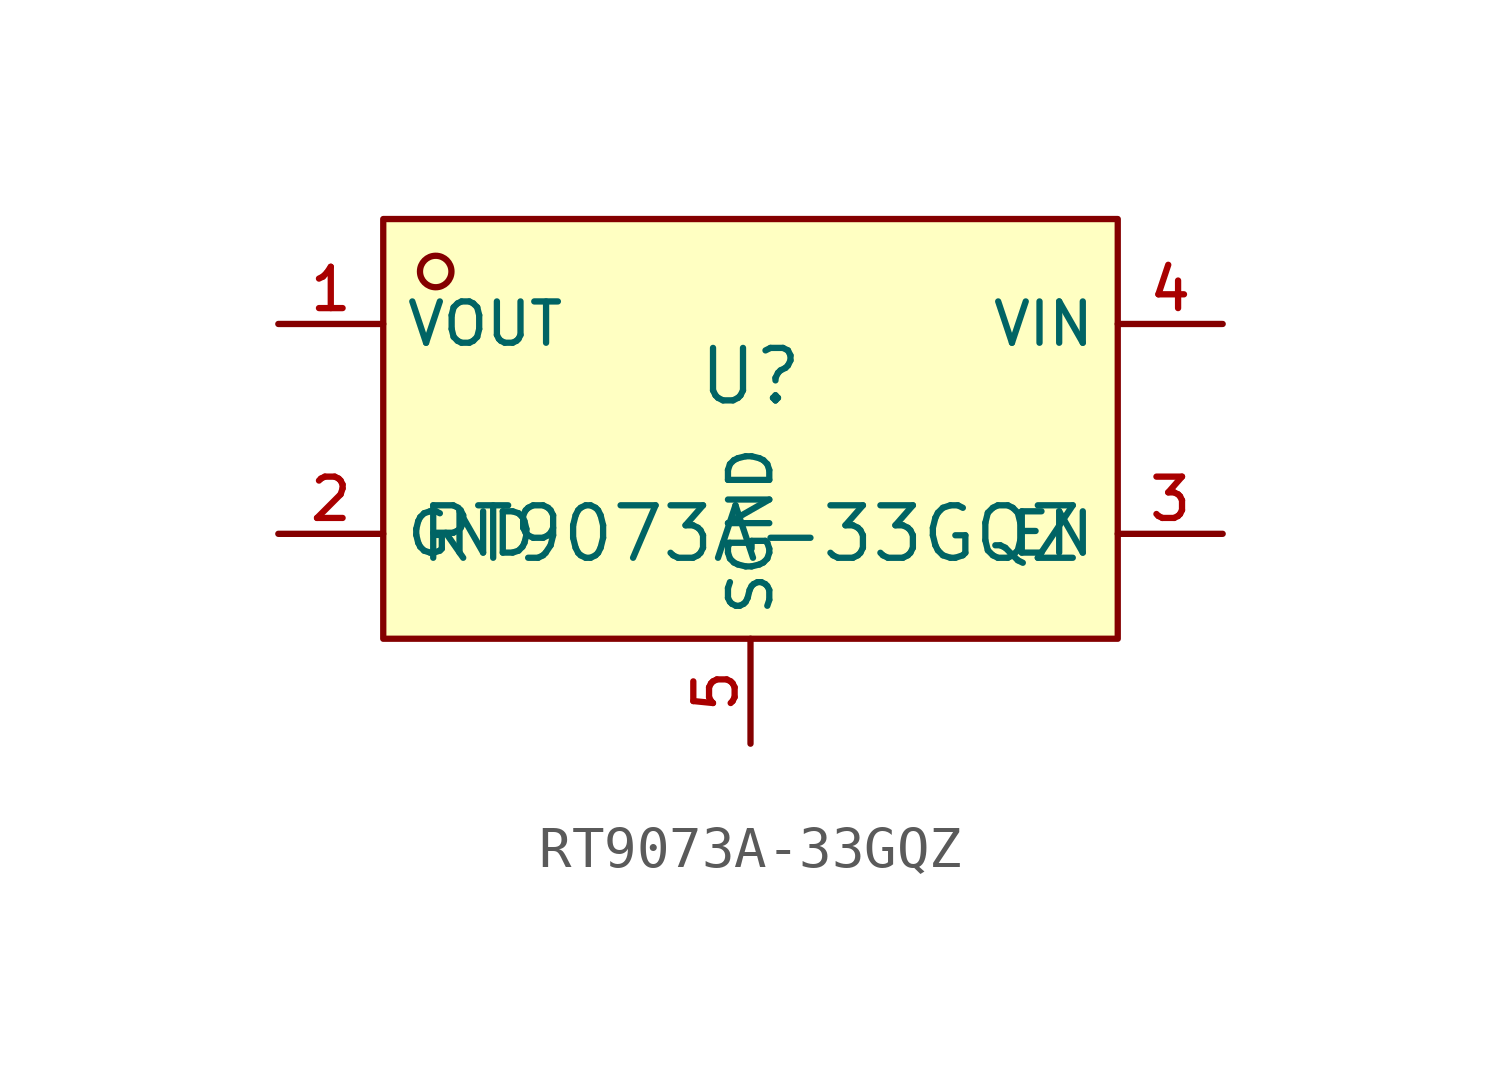
<source format=kicad_sym>
(kicad_symbol_lib
  (version 20210201)
  (generator TousstNicolas/JLC2KiCad_lib)
  (symbol "RT9073A-33GQZ"
    (property "Reference" "U"
      (at 0 1.27 0)
      (effects (font (size 1.27 1.27))))
    (property "Value" "RT9073A-33GQZ"
      (at 0 -2.54 0)
      (effects (font (size 1.27 1.27))))
    (symbol "RT9073A-33GQZ_0_1"
      (rectangle (start -8.89 5.08) (end 8.89 -5.08) (stroke (width 0) (type default) (color 0 0 0 0)) (fill (type background)))
      (circle (center -7.62 3.81) (radius 0.381) (stroke (width 0) (type default) (color 0 0 0 0)) (fill (type background)))
      (pin unspecified line (at -11.43 2.54 0) (length 2.54) (name "VOUT" (effects (font (size 1 1)))) (number "1" (effects (font (size 1 1)))))
      (pin unspecified line (at -11.43 -2.54 0) (length 2.54) (name "GND" (effects (font (size 1 1)))) (number "2" (effects (font (size 1 1)))))
      (pin unspecified line (at 11.43 -2.54 180) (length 2.54) (name "EN" (effects (font (size 1 1)))) (number "3" (effects (font (size 1 1)))))
      (pin unspecified line (at 11.43 2.54 180) (length 2.54) (name "VIN" (effects (font (size 1 1)))) (number "4" (effects (font (size 1 1)))))
      (pin unspecified line (at 0.0 -7.62 90) (length 2.54) (name "SGND" (effects (font (size 1 1)))) (number "5" (effects (font (size 1 1))))))))
</source>
